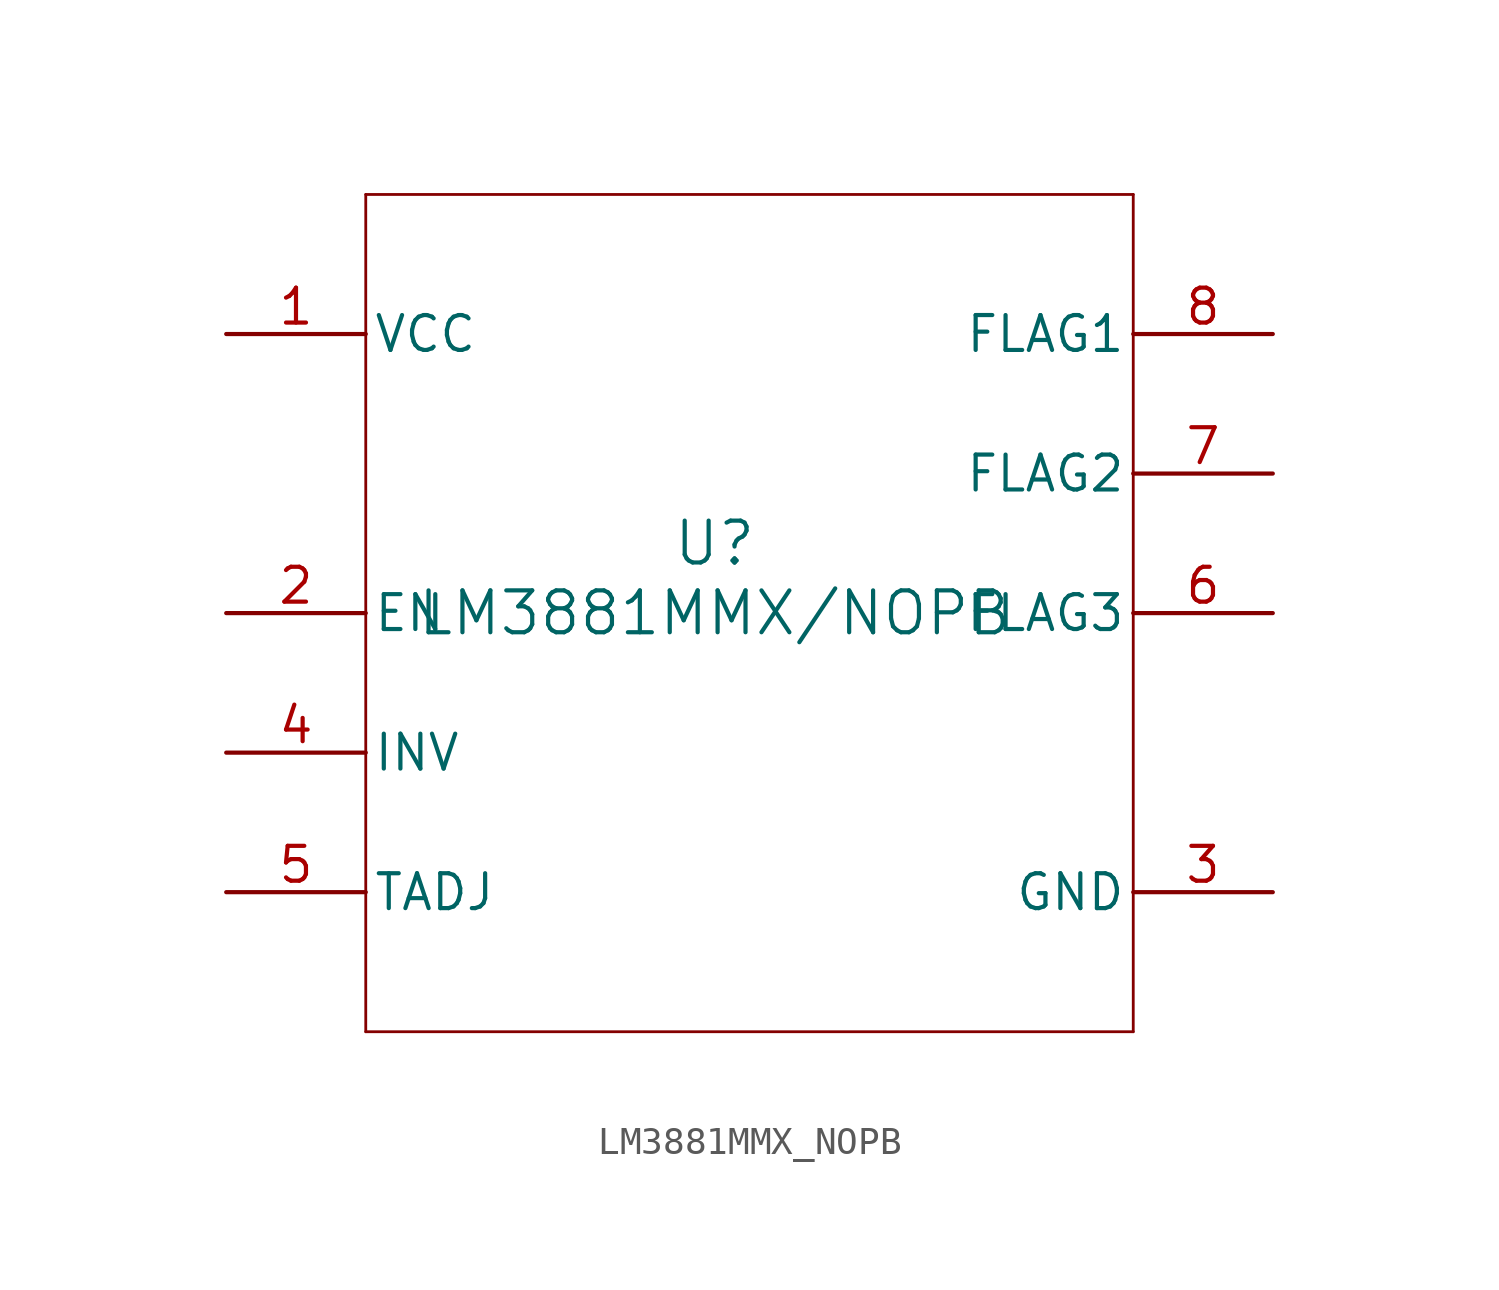
<source format=kicad_sym>
(kicad_symbol_lib
  (version 20211014)
  (generator kicad_symbol_editor)
  (symbol "LM3881MMX_NOPB"
    (pin_names
      (offset 0.254))
    (property "Reference" "U"
      (at 0 2.54 0)
      (effects (font (size 1.524 1.524))))
    (property "Value" "LM3881MMX/NOPB"
      (at 0 0 0)
      (effects (font (size 1.524 1.524))))
    (symbol "LM3881MMX_NOPB_0_1"
      (polyline (pts (xy -12.7 -15.24) (xy 15.24 -15.24)) (stroke (width 0.102) (type default) (color 0 0 0 0)) (fill (type none)))
      (polyline (pts (xy 15.24 -15.24) (xy 15.24 15.24)) (stroke (width 0.102) (type default) (color 0 0 0 0)) (fill (type none)))
      (polyline (pts (xy 15.24 15.24) (xy -12.7 15.24)) (stroke (width 0.102) (type default) (color 0 0 0 0)) (fill (type none)))
      (polyline (pts (xy -12.7 15.24) (xy -12.7 -15.24)) (stroke (width 0.102) (type default) (color 0 0 0 0)) (fill (type none)))
      (pin power_in line (at -17.78 10.16 0) (length 5.08) (name "VCC" (effects (font (size 1.27 1.27)))) (number "1" (effects (font (size 1.27 1.27)))))
      (pin input line (at -17.78 0 0) (length 5.08) (name "EN" (effects (font (size 1.27 1.27)))) (number "2" (effects (font (size 1.27 1.27)))))
      (pin power_in line (at 20.32 -10.16 180) (length 5.08) (name "GND" (effects (font (size 1.27 1.27)))) (number "3" (effects (font (size 1.27 1.27)))))
      (pin input line (at -17.78 -5.08 0) (length 5.08) (name "INV" (effects (font (size 1.27 1.27)))) (number "4" (effects (font (size 1.27 1.27)))))
      (pin input line (at -17.78 -10.16 0) (length 5.08) (name "TADJ" (effects (font (size 1.27 1.27)))) (number "5" (effects (font (size 1.27 1.27)))))
      (pin open_collector line (at 20.32 0 180) (length 5.08) (name "FLAG3" (effects (font (size 1.27 1.27)))) (number "6" (effects (font (size 1.27 1.27)))))
      (pin open_collector line (at 20.32 5.08 180) (length 5.08) (name "FLAG2" (effects (font (size 1.27 1.27)))) (number "7" (effects (font (size 1.27 1.27)))))
      (pin open_collector line (at 20.32 10.16 180) (length 5.08) (name "FLAG1" (effects (font (size 1.27 1.27)))) (number "8" (effects (font (size 1.27 1.27))))))))
</source>
